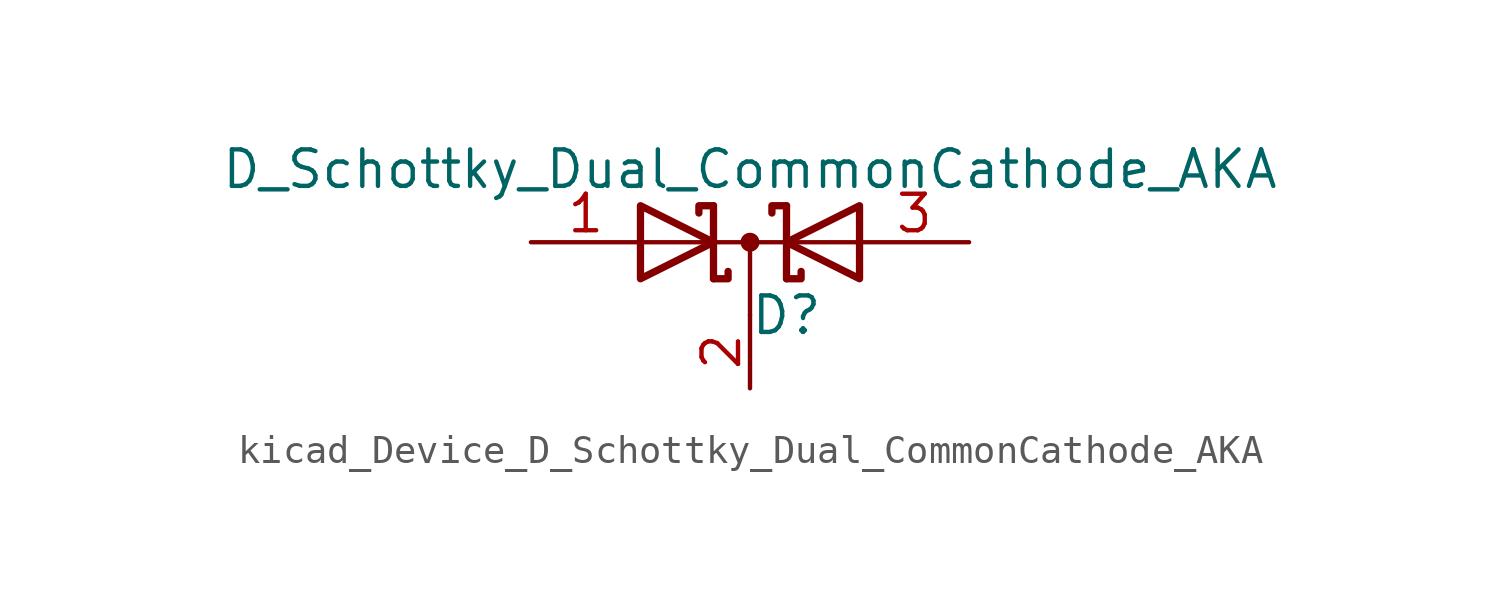
<source format=kicad_sym>
(kicad_symbol_lib
  (version 20220914)
  (generator kicad_symbol_editor)
  (symbol "kicad_Device_D_Schottky_Dual_CommonCathode_AKA"
    (pin_names
      (offset 0.762) hide)
    (property "Reference" "D"
      (at 1.27 -2.54 0)
      (effects (font (size 1.27 1.27))))
    (property "Value" "D_Schottky_Dual_CommonCathode_AKA"
      (at 0 2.54 0)
      (effects (font (size 1.27 1.27))))
    (symbol "kicad_Device_D_Schottky_Dual_CommonCathode_AKA_0_1"
      (polyline (pts (xy 0 0) (xy 0 -2.54)) (stroke (width 0) (type default)) (fill (type none)))
      (polyline (pts (xy 3.81 0) (xy -3.81 0)) (stroke (width 0) (type default)) (fill (type none)))
      (polyline (pts (xy -1.27 -1.27) (xy -1.27 1.27) (xy -1.27 1.27)) (stroke (width 0.254) (type default)) (fill (type none)))
      (polyline (pts (xy 1.27 -1.27) (xy 1.27 1.27) (xy 1.27 1.27)) (stroke (width 0.254) (type default)) (fill (type none)))
      (polyline (pts (xy -1.27 -1.27) (xy -0.762 -1.27) (xy -0.762 -1.016) (xy -0.762 -1.016)) (stroke (width 0.254) (type default)) (fill (type none)))
      (polyline (pts (xy 1.27 -1.27) (xy 1.778 -1.27) (xy 1.778 -1.016) (xy 1.778 -1.016)) (stroke (width 0.254) (type default)) (fill (type none)))
      (polyline (pts (xy 1.27 1.27) (xy 0.762 1.27) (xy 0.762 1.016) (xy 0.762 1.016)) (stroke (width 0.254) (type default)) (fill (type none)))
      (polyline (pts (xy -1.778 1.016) (xy -1.778 1.27) (xy -1.27 1.27) (xy -1.27 1.27) (xy -1.27 1.27)) (stroke (width 0.254) (type default)) (fill (type none)))
      (polyline (pts (xy -3.81 1.27) (xy -1.27 0) (xy -3.81 -1.27) (xy -3.81 1.27) (xy -3.81 1.27) (xy -3.81 1.27)) (stroke (width 0.254) (type default)) (fill (type none)))
      (polyline (pts (xy 3.81 -1.27) (xy 1.27 0) (xy 3.81 1.27) (xy 3.81 -1.27) (xy 3.81 -1.27) (xy 3.81 -1.27)) (stroke (width 0.254) (type default)) (fill (type none)))
      (circle (center 0 0) (radius 0.254) (stroke (width 0) (type default)) (fill (type outline)))
      (pin passive line (at -7.62 0 0) (length 3.81) (name "A" (effects (font (size 1.27 1.27)))) (number "1" (effects (font (size 1.27 1.27)))))
      (pin passive line (at 0 -5.08 90) (length 2.54) (name "K" (effects (font (size 1.27 1.27)))) (number "2" (effects (font (size 1.27 1.27)))))
      (pin passive line (at 7.62 0 180) (length 3.81) (name "A" (effects (font (size 1.27 1.27)))) (number "3" (effects (font (size 1.27 1.27))))))))
</source>
